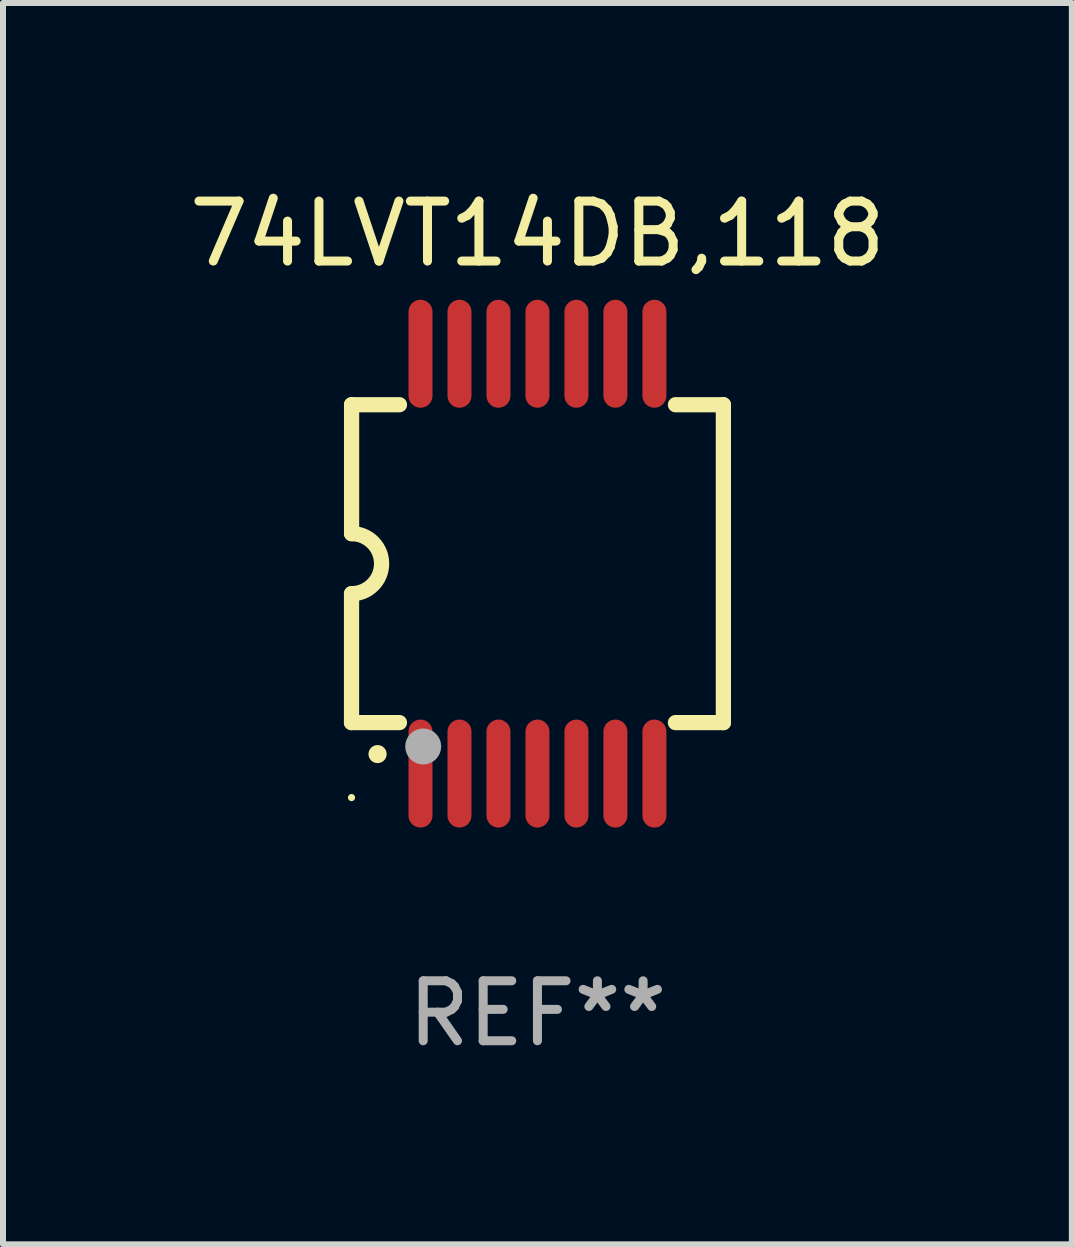
<source format=kicad_pcb>
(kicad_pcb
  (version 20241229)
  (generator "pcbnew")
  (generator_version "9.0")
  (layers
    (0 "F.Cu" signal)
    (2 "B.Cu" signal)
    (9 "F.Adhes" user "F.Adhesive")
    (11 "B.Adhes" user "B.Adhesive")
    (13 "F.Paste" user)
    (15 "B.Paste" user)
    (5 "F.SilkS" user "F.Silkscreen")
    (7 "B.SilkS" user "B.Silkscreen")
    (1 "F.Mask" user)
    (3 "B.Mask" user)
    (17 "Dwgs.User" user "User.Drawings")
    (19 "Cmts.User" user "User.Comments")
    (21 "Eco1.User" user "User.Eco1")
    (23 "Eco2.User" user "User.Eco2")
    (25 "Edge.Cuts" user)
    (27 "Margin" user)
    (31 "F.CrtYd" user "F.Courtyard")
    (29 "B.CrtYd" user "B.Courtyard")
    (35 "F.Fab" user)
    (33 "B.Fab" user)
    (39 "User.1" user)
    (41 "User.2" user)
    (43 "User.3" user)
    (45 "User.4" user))
  (footprint "74LVT14DB,118"
    (layer "F.Cu")
    (at 5.911 6.348)
    (property "Reference" "74LVT14DB,118" (at 0 -5.5 0) (layer "F.SilkS") (effects (font (size 1 1) (thickness 0.15))))
    (attr through_hole)
    (fp_line (start -3.1 2.65) (end -3.1 0.5) (stroke (width 0.254) (type solid)) (layer "F.SilkS"))
    (fp_line (start -3.099 -2.65) (end -2.301 -2.65) (stroke (width 0.254) (type solid)) (layer "F.SilkS"))
    (fp_line (start -3.099 -0.5) (end -3.099 -2.65) (stroke (width 0.254) (type solid)) (layer "F.SilkS"))
    (fp_line (start -2.301 2.65) (end -3.1 2.65) (stroke (width 0.254) (type solid)) (layer "F.SilkS"))
    (fp_line (start 2.301 -2.65) (end 3.1 -2.65) (stroke (width 0.254) (type solid)) (layer "F.SilkS"))
    (fp_line (start 3.1 -2.65) (end 3.1 2.65) (stroke (width 0.254) (type solid)) (layer "F.SilkS"))
    (fp_line (start 3.1 2.65) (end 2.301 2.65) (stroke (width 0.254) (type solid)) (layer "F.SilkS"))
    (fp_arc (start -3.098806 -0.500381) (mid -2.598806 0) (end -3.098806 0.500381) (stroke (width 0.254001) (type solid)) (layer "F.SilkS"))
    (fp_arc (start -2.667005 3.175006) (mid -2.665735 3.175001) (end -2.664465 3.175006) (stroke (width 0.3) (type solid)) (layer "F.SilkS"))
    (fp_circle (center -3.1 3.9) (end -3.07 3.9) (stroke (width 0.06) (type solid)) (fill no) (layer "F.SilkS"))
    (fp_circle (center -1.905 3.048) (end -1.755 3.048) (stroke (width 0.3) (type solid)) (fill no) (layer "F.Fab"))
    (fp_text user "REF**" (at 0 7.5 0) (layer "F.Fab") (effects (font (size 1 1) (thickness 0.15))))
    (pad "1" smd oval (at -1.95 3.5 270) (size 1.8 0.4) (layers "F.Cu" "F.Mask" "F.Paste"))
    (pad "2" smd oval (at -1.3 3.5 270) (size 1.8 0.4) (layers "F.Cu" "F.Mask" "F.Paste"))
    (pad "3" smd oval (at -0.65 3.5 270) (size 1.8 0.4) (layers "F.Cu" "F.Mask" "F.Paste"))
    (pad "4" smd oval (at 0 3.5 270) (size 1.8 0.4) (layers "F.Cu" "F.Mask" "F.Paste"))
    (pad "5" smd oval (at 0.65 3.5 270) (size 1.8 0.4) (layers "F.Cu" "F.Mask" "F.Paste"))
    (pad "6" smd oval (at 1.3 3.5 270) (size 1.8 0.4) (layers "F.Cu" "F.Mask" "F.Paste"))
    (pad "7" smd oval (at 1.95 3.5 270) (size 1.8 0.4) (layers "F.Cu" "F.Mask" "F.Paste"))
    (pad "8" smd oval (at 1.95 -3.5 90) (size 1.8 0.4) (layers "F.Cu" "F.Mask" "F.Paste"))
    (pad "9" smd oval (at 1.3 -3.5 90) (size 1.8 0.4) (layers "F.Cu" "F.Mask" "F.Paste"))
    (pad "10" smd oval (at 0.65 -3.5 90) (size 1.8 0.4) (layers "F.Cu" "F.Mask" "F.Paste"))
    (pad "11" smd oval (at 0 -3.5 90) (size 1.8 0.4) (layers "F.Cu" "F.Mask" "F.Paste"))
    (pad "12" smd oval (at -0.65 -3.5 90) (size 1.8 0.4) (layers "F.Cu" "F.Mask" "F.Paste"))
    (pad "13" smd oval (at -1.3 -3.5 90) (size 1.8 0.4) (layers "F.Cu" "F.Mask" "F.Paste"))
    (pad "14" smd oval (at -1.95 -3.5 90) (size 1.8 0.4) (layers "F.Cu" "F.Mask" "F.Paste")))
  (gr_rect
    (start -3 -3)
    (end 14.821 17.697)
    (stroke (width 0.1) (type default))
    (fill no)
    (layer "Edge.Cuts")))
</source>
